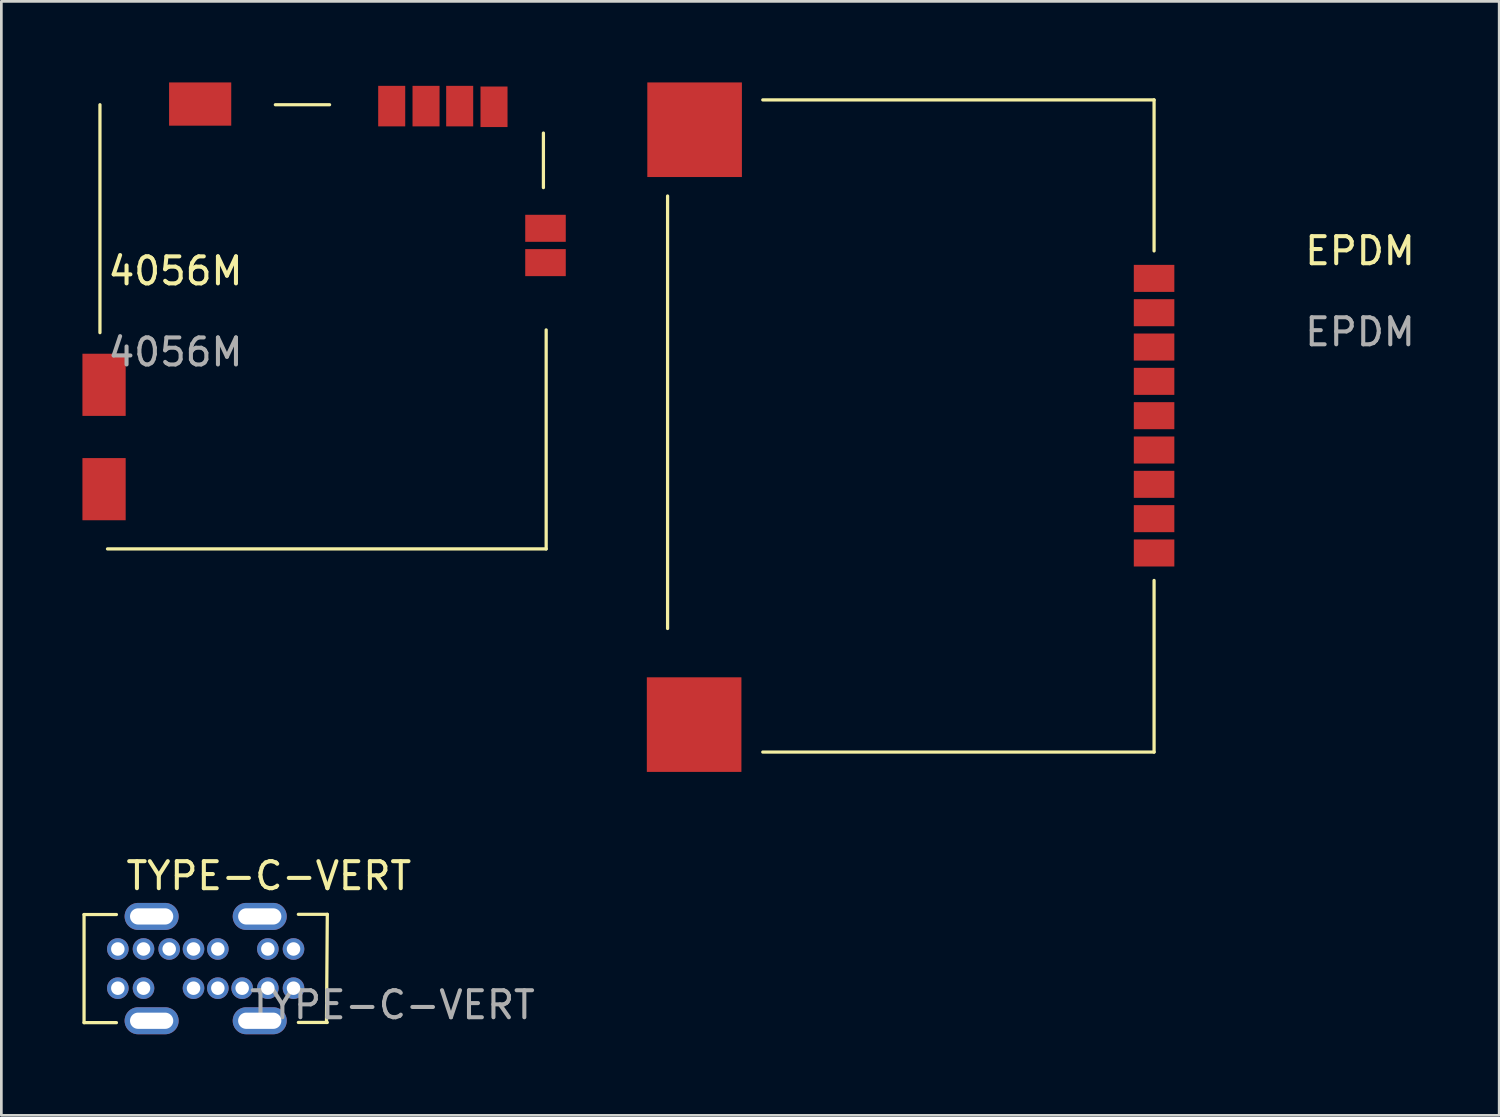
<source format=kicad_pcb>
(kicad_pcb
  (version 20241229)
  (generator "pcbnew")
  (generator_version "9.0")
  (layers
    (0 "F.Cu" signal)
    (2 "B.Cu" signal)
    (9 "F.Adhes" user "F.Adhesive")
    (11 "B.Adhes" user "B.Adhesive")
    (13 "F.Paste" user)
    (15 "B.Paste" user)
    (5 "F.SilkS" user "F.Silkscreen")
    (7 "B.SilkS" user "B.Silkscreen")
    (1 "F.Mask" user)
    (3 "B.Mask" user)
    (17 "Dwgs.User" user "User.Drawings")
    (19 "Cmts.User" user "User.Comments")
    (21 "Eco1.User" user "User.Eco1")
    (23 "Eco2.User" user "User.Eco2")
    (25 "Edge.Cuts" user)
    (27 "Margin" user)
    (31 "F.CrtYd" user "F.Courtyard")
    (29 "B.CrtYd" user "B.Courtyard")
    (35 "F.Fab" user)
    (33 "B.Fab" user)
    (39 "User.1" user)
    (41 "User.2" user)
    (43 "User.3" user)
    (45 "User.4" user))
  (footprint "EPDM"
    (layer "F.Cu")
    (at 34.57 12.33)
    (property "Reference" "EPDM" (at 12.7 -6.096 0) (unlocked yes) (layer "F.SilkS") (effects (font (size 1 1) (thickness 0.15))))
    (attr smd)
    (fp_line (start -12.92 -8.128) (end -12.92 7.874) (stroke (width 0.12) (type solid)) (layer "F.SilkS"))
    (fp_line (start 5.08 -11.684) (end -9.398 -11.684) (stroke (width 0.12) (type solid)) (layer "F.SilkS"))
    (fp_line (start 5.08 -6.096) (end 5.08 -11.684) (stroke (width 0.12) (type solid)) (layer "F.SilkS"))
    (fp_line (start 5.08 6.096) (end 5.08 12.446) (stroke (width 0.12) (type solid)) (layer "F.SilkS"))
    (fp_line (start 5.08 12.446) (end -9.398 12.446) (stroke (width 0.12) (type solid)) (layer "F.SilkS"))
    (fp_text user "${REFERENCE}" (at 12.7 -3.096 0) (unlocked yes) (layer "F.Fab") (effects (font (size 1 1) (thickness 0.15))))
    (pad "1" smd rect (at 5.08 5.08) (size 1.5 1) (layers "F.Cu" "F.Mask" "F.Paste"))
    (pad "2" smd rect (at 5.08 3.81) (size 1.5 1) (layers "F.Cu" "F.Mask" "F.Paste"))
    (pad "3" smd rect (at 5.08 2.54) (size 1.5 1) (layers "F.Cu" "F.Mask" "F.Paste"))
    (pad "4" smd rect (at 5.08 1.27) (size 1.5 1) (layers "F.Cu" "F.Mask" "F.Paste"))
    (pad "5" smd rect (at 5.08 0) (size 1.5 1) (layers "F.Cu" "F.Mask" "F.Paste"))
    (pad "6" smd rect (at 5.08 -1.27) (size 1.5 1) (layers "F.Cu" "F.Mask" "F.Paste"))
    (pad "7" smd rect (at 5.08 -2.54) (size 1.5 1) (layers "F.Cu" "F.Mask" "F.Paste"))
    (pad "8" smd rect (at 5.08 -3.81) (size 1.5 1) (layers "F.Cu" "F.Mask" "F.Paste"))
    (pad "9" smd rect (at 5.08 -5.08) (size 1.5 1) (layers "F.Cu" "F.Mask" "F.Paste"))
    (pad "10" smd rect (at -11.938 11.43) (size 3.5 3.5) (layers "F.Cu" "F.Mask" "F.Paste"))
    (pad "10" smd rect (at -11.92 -10.58) (size 3.5 3.5) (layers "F.Cu" "F.Mask" "F.Paste")))
  (footprint "TYPE-C-VERT"
    (layer "F.Cu")
    (at 4.56 32.787)
    (property "Reference" "TYPE-C-VERT" (at 2.337 -3.429 0) (unlocked yes) (layer "F.SilkS") (effects (font (size 1 1) (thickness 0.15))))
    (attr through_hole)
    (fp_line (start -4.5 -2) (end -4.5 2) (stroke (width 0.12) (type solid)) (layer "F.SilkS"))
    (fp_line (start -4.5 -2) (end -3.302 -2) (stroke (width 0.12) (type solid)) (layer "F.SilkS"))
    (fp_line (start -4.5 2) (end -3.302 2) (stroke (width 0.12) (type solid)) (layer "F.SilkS"))
    (fp_line (start 3.429 -2.007) (end 4.5 -2.007) (stroke (width 0.12) (type solid)) (layer "F.SilkS"))
    (fp_line (start 3.429 1.993) (end 4.5 1.993) (stroke (width 0.12) (type solid)) (layer "F.SilkS"))
    (fp_line (start 4.47 1.993) (end 4.5 -2.007) (stroke (width 0.12) (type solid)) (layer "F.SilkS"))
    (fp_text user "${REFERENCE}" (at 6.909 1.346 0) (unlocked yes) (layer "F.Fab") (effects (font (size 1 1) (thickness 0.15))))
    (pad "A1" thru_hole circle (at -3.25 -0.725) (size 0.8 0.8) (drill 0.5) (layers "*.Cu" "*.Mask"))
    (pad "A4" thru_hole circle (at -2.3 -0.725) (size 0.8 0.8) (drill 0.5) (layers "*.Cu" "*.Mask"))
    (pad "A5" thru_hole circle (at -1.35 -0.725) (size 0.8 0.8) (drill 0.5) (layers "*.Cu" "*.Mask"))
    (pad "A6" thru_hole circle (at -0.45 -0.725) (size 0.8 0.8) (drill 0.5) (layers "*.Cu" "*.Mask"))
    (pad "A7" thru_hole circle (at 0.45 -0.725) (size 0.8 0.8) (drill 0.5) (layers "*.Cu" "*.Mask"))
    (pad "A9" thru_hole circle (at 2.3 -0.725) (size 0.8 0.8) (drill 0.5) (layers "*.Cu" "*.Mask"))
    (pad "A12" thru_hole circle (at 3.25 -0.725) (size 0.8 0.8) (drill 0.5) (layers "*.Cu" "*.Mask"))
    (pad "B1" thru_hole circle (at 3.25 0.725) (size 0.8 0.8) (drill 0.5) (layers "*.Cu" "*.Mask"))
    (pad "B4" thru_hole circle (at 2.3 0.725) (size 0.8 0.8) (drill 0.5) (layers "*.Cu" "*.Mask"))
    (pad "B5" thru_hole circle (at 1.35 0.725) (size 0.8 0.8) (drill 0.5) (layers "*.Cu" "*.Mask"))
    (pad "B6" thru_hole circle (at 0.45 0.725) (size 0.8 0.8) (drill 0.5) (layers "*.Cu" "*.Mask"))
    (pad "B7" thru_hole circle (at -0.45 0.725) (size 0.8 0.8) (drill 0.5) (layers "*.Cu" "*.Mask"))
    (pad "B9" thru_hole circle (at -2.3 0.725) (size 0.8 0.8) (drill 0.5) (layers "*.Cu" "*.Mask"))
    (pad "B12" thru_hole circle (at -3.25 0.725) (size 0.8 0.8) (drill 0.5) (layers "*.Cu" "*.Mask"))
    (pad "S1" thru_hole oval (at -2 -1.93) (size 2 1) (drill oval 1.6 0.6) (layers "*.Cu" "*.Mask"))
    (pad "S1" thru_hole oval (at -2 1.93) (size 2 1) (drill oval 1.6 0.6) (layers "*.Cu" "*.Mask"))
    (pad "S1" thru_hole oval (at 2 -1.93) (size 2 1) (drill oval 1.6 0.6) (layers "*.Cu" "*.Mask"))
    (pad "S1" thru_hole oval (at 2 1.93) (size 2 1) (drill oval 1.6 0.6) (layers "*.Cu" "*.Mask")))
  (footprint "4056M"
    (layer "F.Cu")
    (at 3.442 7.48)
    (property "Reference" "4056M" (at 0 -0.5 0) (unlocked yes) (layer "F.SilkS") (effects (font (size 1 1) (thickness 0.15))))
    (attr smd)
    (fp_line (start -2.794 1.778) (end -2.794 -6.655) (stroke (width 0.12) (type solid)) (layer "F.SilkS"))
    (fp_line (start 3.696 -6.655) (end 5.702 -6.655) (stroke (width 0.12) (type solid)) (layer "F.SilkS"))
    (fp_line (start 13.614 -3.588) (end 13.614 -5.607) (stroke (width 0.12) (type solid)) (layer "F.SilkS"))
    (fp_line (start 13.716 1.676) (end 13.716 9.779) (stroke (width 0.12) (type solid)) (layer "F.SilkS"))
    (fp_line (start 13.716 9.779) (end -2.515 9.779) (stroke (width 0.12) (type solid)) (layer "F.SilkS"))
    (fp_text user "${REFERENCE}" (at 0 2.5 0) (unlocked yes) (layer "F.Fab") (effects (font (size 1 1) (thickness 0.15))))
    (pad "1" smd rect (at -2.642 7.569) (size 1.6 2.3) (layers "F.Cu" "F.Mask" "F.Paste"))
    (pad "2" smd rect (at -2.642 3.708) (size 1.6 2.3) (layers "F.Cu" "F.Mask" "F.Paste"))
    (pad "3" smd rect (at 0.914 -6.68 90) (size 1.6 2.3) (layers "F.Cu" "F.Mask" "F.Paste"))
    (pad "4" smd rect (at 8.001 -6.604) (size 1 1.5) (layers "F.Cu" "F.Mask" "F.Paste"))
    (pad "5" smd rect (at 9.271 -6.604) (size 1 1.5) (layers "F.Cu" "F.Mask" "F.Paste"))
    (pad "6" smd rect (at 10.516 -6.604) (size 1 1.5) (layers "F.Cu" "F.Mask" "F.Paste"))
    (pad "7" smd rect (at 11.786 -6.579) (size 1 1.5) (layers "F.Cu" "F.Mask" "F.Paste"))
    (pad "8" smd rect (at 13.691 -2.083 90) (size 1 1.5) (layers "F.Cu" "F.Mask" "F.Paste"))
    (pad "9" smd rect (at 13.691 -0.813 90) (size 1 1.5) (layers "F.Cu" "F.Mask" "F.Paste")))
  (gr_rect
    (start -3 -3)
    (end 52.419 38.217)
    (stroke (width 0.1) (type default))
    (fill no)
    (layer "Edge.Cuts")))
</source>
